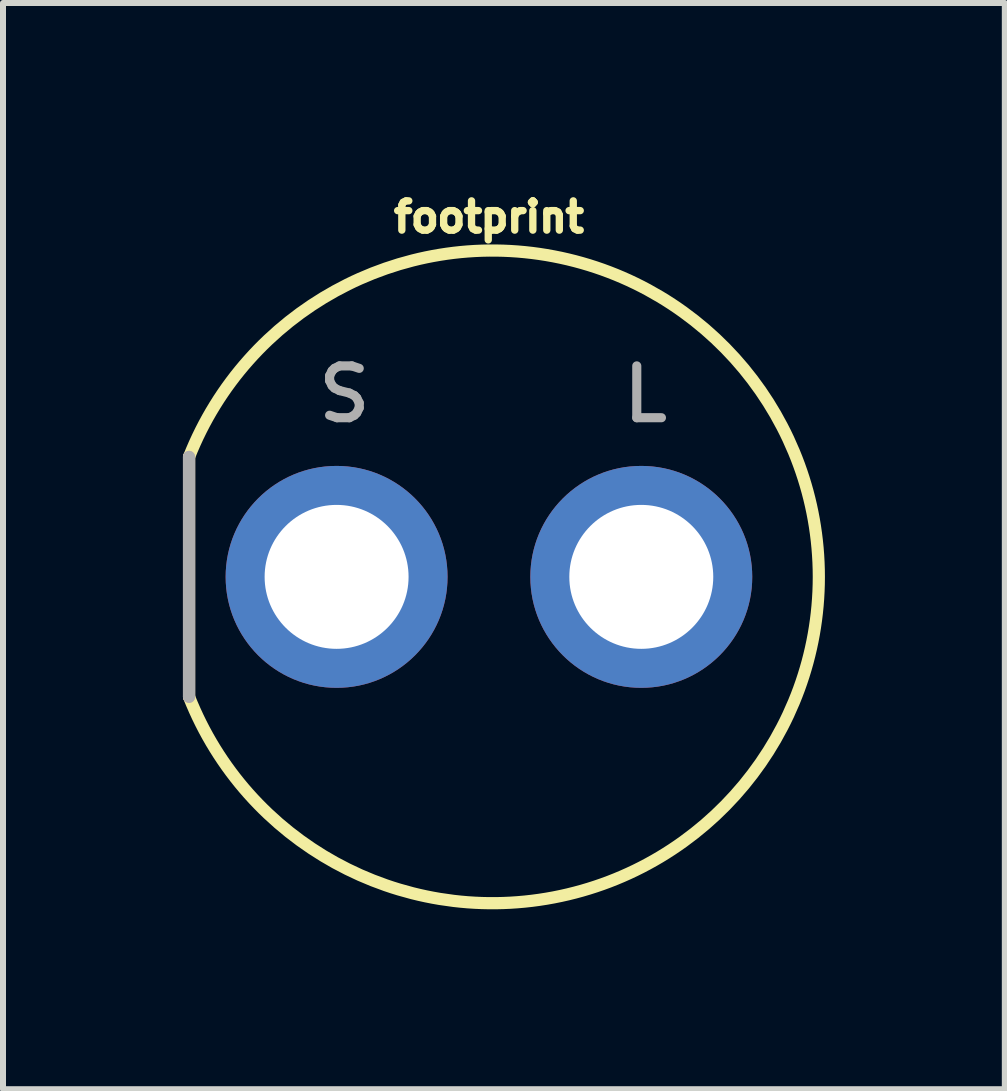
<source format=kicad_pcb>
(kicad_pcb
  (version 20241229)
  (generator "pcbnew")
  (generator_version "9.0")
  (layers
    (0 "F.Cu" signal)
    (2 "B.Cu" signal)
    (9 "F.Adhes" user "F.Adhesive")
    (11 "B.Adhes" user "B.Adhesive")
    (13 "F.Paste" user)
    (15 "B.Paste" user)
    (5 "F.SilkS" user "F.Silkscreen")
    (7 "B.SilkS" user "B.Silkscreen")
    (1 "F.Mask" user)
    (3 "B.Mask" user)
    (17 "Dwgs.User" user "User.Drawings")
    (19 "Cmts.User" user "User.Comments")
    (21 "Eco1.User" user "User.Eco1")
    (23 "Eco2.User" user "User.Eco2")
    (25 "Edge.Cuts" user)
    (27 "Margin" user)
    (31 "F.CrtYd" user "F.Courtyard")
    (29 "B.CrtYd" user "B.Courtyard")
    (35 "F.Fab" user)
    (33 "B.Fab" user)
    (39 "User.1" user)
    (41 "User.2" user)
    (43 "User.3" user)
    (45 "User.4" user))
  (footprint "footprint"
    (layer "F.Cu")
    (at 5.102 6.568)
    (property "Reference" "footprint" (at 0 -5.715 0) (layer "F.SilkS") (effects (font (size 0.488 0.488) (thickness 0.122)) (justify bottom)))
    (fp_line (start -5 -2) (end -5 2) (stroke (width 0.203) (type solid)) (layer "F.SilkS"))
    (fp_arc (start -5 -1.999999) (mid 5.499952 0) (end -5 2) (stroke (width 0.2032) (type solid)) (layer "F.SilkS"))
    (fp_line (start -5 -2) (end -5 2) (stroke (width 0.203) (type solid)) (layer "B.SilkS"))
    (fp_line (start -5 -2) (end -5 2) (stroke (width 0.203) (type solid)) (layer "F.Fab"))
    (fp_text user "L" (at 2.159 -2.54 0) (layer "F.Fab") (effects (font (size 0.864 0.864) (thickness 0.152)) (justify left bottom)))
    (fp_text user "S" (at -2.921 -2.54 0) (layer "F.Fab") (effects (font (size 0.864 0.864) (thickness 0.152)) (justify left bottom)))
    (pad "A" thru_hole circle (at 2.54 0) (size 3.7 3.7) (drill 2.4) (layers "*.Cu" "*.Mask"))
    (pad "C" thru_hole circle (at -2.54 0) (size 3.7 3.7) (drill 2.4) (layers "*.Cu" "*.Mask")))
  (gr_rect
    (start -3 -3)
    (end 13.703 15.11)
    (stroke (width 0.1) (type default))
    (fill no)
    (layer "Edge.Cuts")))
</source>
